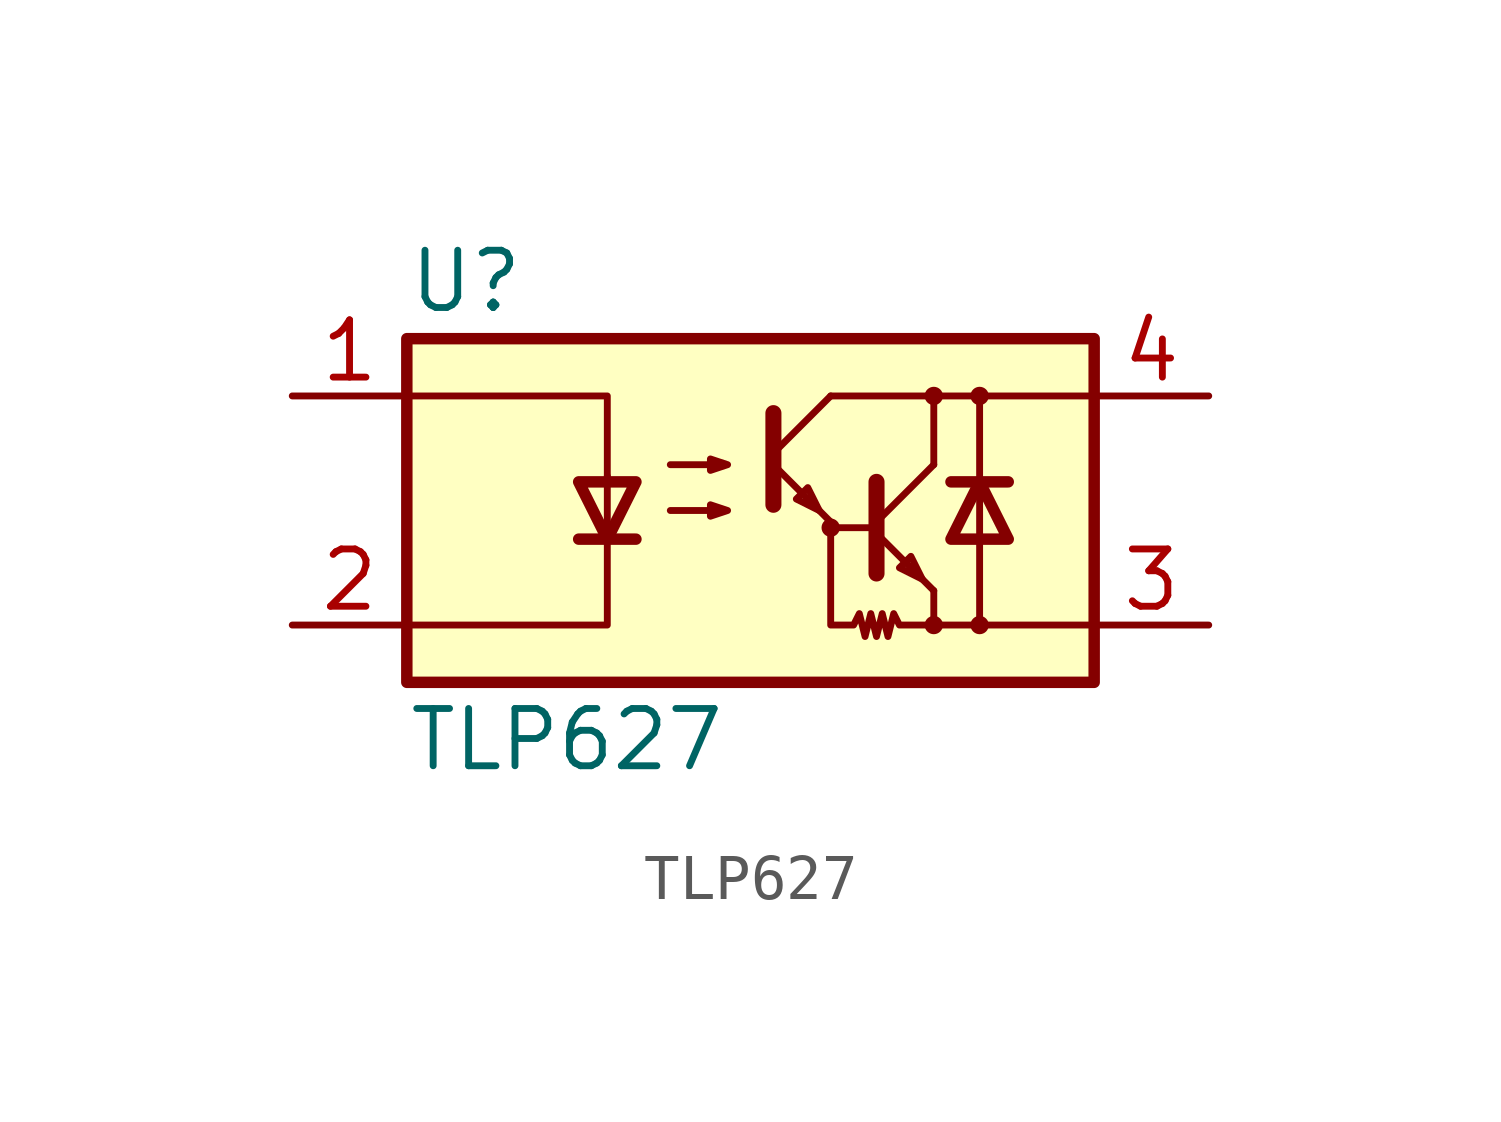
<source format=kicad_sym>
(kicad_symbol_lib
  (version 20231120)
  (generator "kicad_symbol_editor")
  (generator_version "8.0")
  (symbol "TLP627"
    (pin_names
      (offset 1.016))
    (property "Reference" "U"
      (at -7.62 5.08 0)
      (effects (font (size 1.27 1.27)) (justify left)))
    (property "Value" "TLP627"
      (at -7.62 -5.08 0)
      (effects (font (size 1.27 1.27)) (justify left)))
    (symbol "TLP627_0_1"
      (rectangle (start -7.62 3.81) (end 7.62 -3.81) (stroke (width 0.254) (type default)) (fill (type background)))
      (polyline (pts (xy -3.81 -0.635) (xy -2.54 -0.635)) (stroke (width 0.254) (type default)) (fill (type none)))
      (polyline (pts (xy 0.508 1.016) (xy 1.778 -0.254)) (stroke (width 0) (type default)) (fill (type none)))
      (polyline (pts (xy 0.508 1.27) (xy 1.778 2.54)) (stroke (width 0) (type default)) (fill (type none)))
      (polyline (pts (xy 0.508 2.159) (xy 0.508 0.127)) (stroke (width 0.356) (type default)) (fill (type none)))
      (polyline (pts (xy 1.778 2.54) (xy 7.62 2.54)) (stroke (width 0) (type default)) (fill (type none)))
      (polyline (pts (xy 2.794 -0.508) (xy 4.064 -1.778)) (stroke (width 0) (type default)) (fill (type none)))
      (polyline (pts (xy 2.794 -0.381) (xy 1.778 -0.381)) (stroke (width 0) (type default)) (fill (type none)))
      (polyline (pts (xy 2.794 -0.254) (xy 4.064 1.016)) (stroke (width 0) (type default)) (fill (type none)))
      (polyline (pts (xy 4.064 -2.54) (xy 7.62 -2.54)) (stroke (width 0) (type default)) (fill (type none)))
      (polyline (pts (xy 4.064 -1.778) (xy 4.064 -2.54)) (stroke (width 0) (type default)) (fill (type none)))
      (polyline (pts (xy 4.064 1.016) (xy 4.064 2.54)) (stroke (width 0) (type default)) (fill (type none)))
      (polyline (pts (xy 4.445 0.635) (xy 5.715 0.635)) (stroke (width 0.254) (type default)) (fill (type none)))
      (polyline (pts (xy 5.08 -0.635) (xy 5.08 -2.54)) (stroke (width 0) (type default)) (fill (type none)))
      (polyline (pts (xy 5.08 -0.635) (xy 5.08 2.54)) (stroke (width 0) (type default)) (fill (type none)))
      (polyline (pts (xy -7.62 2.54) (xy -3.175 2.54) (xy -3.175 0.635)) (stroke (width 0) (type default)) (fill (type none)))
      (polyline (pts (xy -3.175 0.762) (xy -3.175 -2.54) (xy -7.62 -2.54)) (stroke (width 0) (type default)) (fill (type none)))
      (polyline (pts (xy 2.794 0.635) (xy 2.794 -1.397) (xy 2.794 -1.397)) (stroke (width 0.356) (type default)) (fill (type none)))
      (polyline (pts (xy -3.175 -0.635) (xy -3.81 0.635) (xy -2.54 0.635) (xy -3.175 -0.635)) (stroke (width 0.254) (type default)) (fill (type none)))
      (polyline (pts (xy 1.524 0) (xy 1.27 0.508) (xy 1.016 0.254) (xy 1.524 0)) (stroke (width 0) (type default)) (fill (type none)))
      (polyline (pts (xy 3.81 -1.524) (xy 3.556 -1.016) (xy 3.302 -1.27) (xy 3.81 -1.524)) (stroke (width 0) (type default)) (fill (type none)))
      (polyline (pts (xy 5.08 0.635) (xy 4.445 -0.635) (xy 5.715 -0.635) (xy 5.08 0.635)) (stroke (width 0.254) (type default)) (fill (type none)))
      (polyline (pts (xy -1.778 0) (xy -0.508 0) (xy -0.889 -0.127) (xy -0.889 0.127) (xy -0.508 0)) (stroke (width 0) (type default)) (fill (type none)))
      (polyline (pts (xy -1.778 1.016) (xy -0.508 1.016) (xy -0.889 0.889) (xy -0.889 1.143) (xy -0.508 1.016)) (stroke (width 0) (type default)) (fill (type none)))
      (polyline (pts (xy 1.778 -0.254) (xy 1.778 -2.54) (xy 2.286 -2.54) (xy 2.413 -2.286) (xy 2.54 -2.794) (xy 2.667 -2.286) (xy 2.794 -2.794) (xy 2.921 -2.286) (xy 3.048 -2.794) (xy 3.175 -2.286) (xy 3.302 -2.54) (xy 4.064 -2.54)) (stroke (width 0) (type default)) (fill (type none)))
      (circle (center 1.778 -0.381) (radius 0.127) (stroke (width 0) (type default)) (fill (type none)))
      (circle (center 4.064 -2.54) (radius 0.127) (stroke (width 0) (type default)) (fill (type none)))
      (circle (center 4.064 2.54) (radius 0.127) (stroke (width 0) (type default)) (fill (type none)))
      (circle (center 5.08 -2.54) (radius 0.127) (stroke (width 0) (type default)) (fill (type none)))
      (circle (center 5.08 2.54) (radius 0.127) (stroke (width 0) (type default)) (fill (type none))))
    (symbol "TLP627_1_1"
      (pin passive line (at -10.16 2.54 0) (length 2.54) (name "~" (effects (font (size 1.27 1.27)))) (number "1" (effects (font (size 1.27 1.27)))))
      (pin passive line (at -10.16 -2.54 0) (length 2.54) (name "~" (effects (font (size 1.27 1.27)))) (number "2" (effects (font (size 1.27 1.27)))))
      (pin passive line (at 10.16 -2.54 180) (length 2.54) (name "~" (effects (font (size 1.27 1.27)))) (number "3" (effects (font (size 1.27 1.27)))))
      (pin passive line (at 10.16 2.54 180) (length 2.54) (name "~" (effects (font (size 1.27 1.27)))) (number "4" (effects (font (size 1.27 1.27))))))))
</source>
